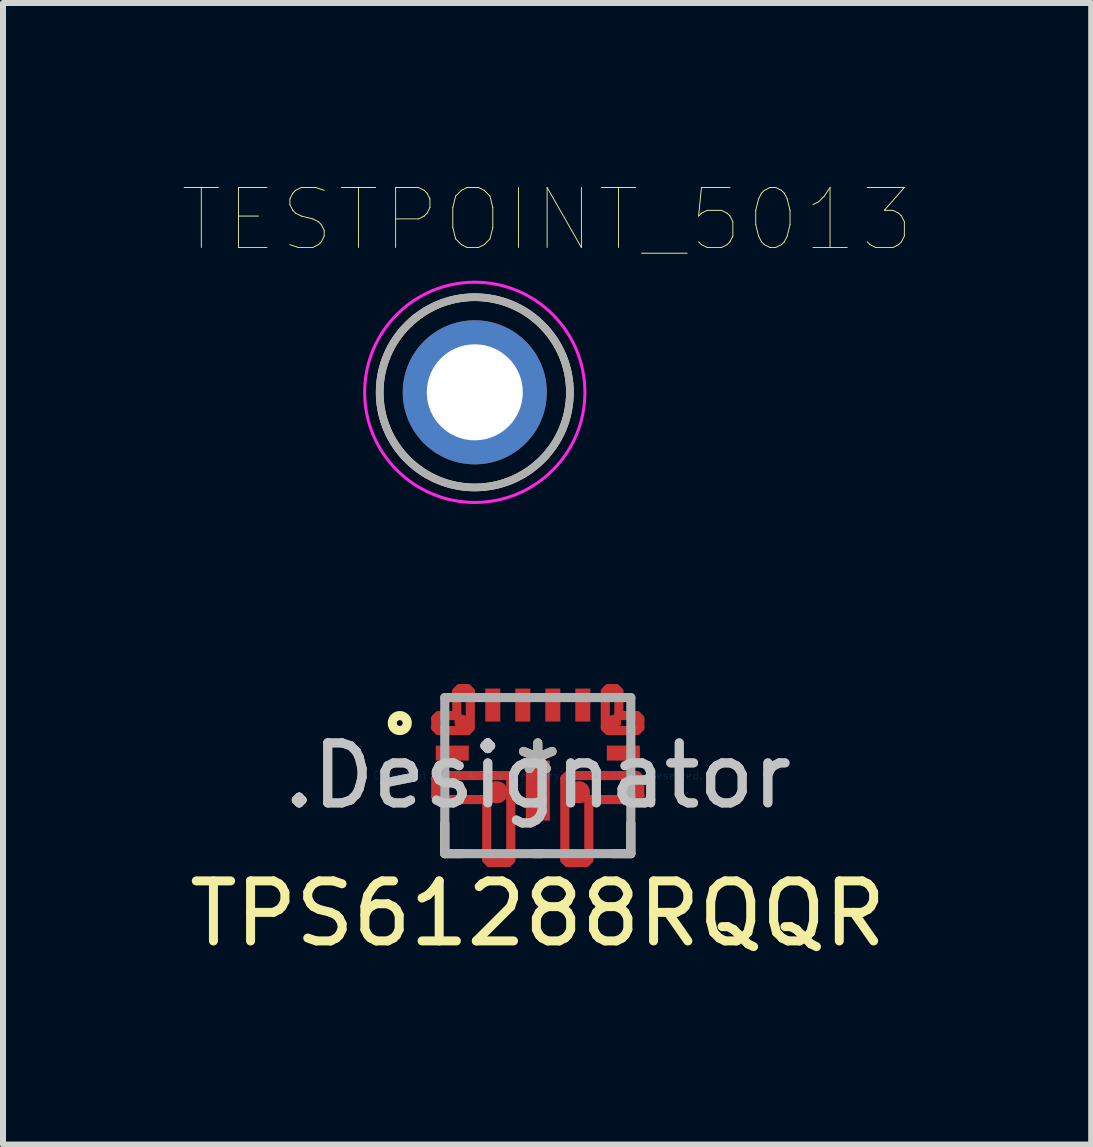
<source format=kicad_pcb>
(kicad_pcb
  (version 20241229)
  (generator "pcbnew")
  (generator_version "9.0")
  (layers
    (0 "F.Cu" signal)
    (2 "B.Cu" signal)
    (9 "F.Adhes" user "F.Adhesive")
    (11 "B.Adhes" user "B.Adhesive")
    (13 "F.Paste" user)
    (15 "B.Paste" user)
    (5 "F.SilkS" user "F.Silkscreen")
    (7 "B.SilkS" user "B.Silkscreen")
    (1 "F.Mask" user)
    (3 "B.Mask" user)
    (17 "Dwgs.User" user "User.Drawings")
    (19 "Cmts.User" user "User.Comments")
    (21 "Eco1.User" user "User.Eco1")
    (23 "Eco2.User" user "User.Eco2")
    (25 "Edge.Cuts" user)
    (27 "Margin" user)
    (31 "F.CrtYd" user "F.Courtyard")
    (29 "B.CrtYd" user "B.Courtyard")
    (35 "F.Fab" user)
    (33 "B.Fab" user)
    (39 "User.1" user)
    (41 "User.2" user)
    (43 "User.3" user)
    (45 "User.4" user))
  (footprint "TPS61288RQQR"
    (layer "F.Cu")
    (at 5.911 9.873)
    (property "Reference" "TPS61288RQQR" (at 0 2.3 0) (layer "F.SilkS") (effects (font (size 1 1) (thickness 0.15))))
    (attr through_hole)
    (fp_line (start -1.7 -0.95) (end -1.7 -0.8) (stroke (width 0.152) (type solid)) (layer "F.Cu"))
    (fp_line (start -1.7 -0.8) (end -1.65 -0.75) (stroke (width 0.152) (type solid)) (layer "F.Cu"))
    (fp_line (start -1.7 0.05) (end -1.7 0.35) (stroke (width 0.152) (type solid)) (layer "F.Cu"))
    (fp_line (start -1.7 0.35) (end -1.65 0.4) (stroke (width 0.152) (type solid)) (layer "F.Cu"))
    (fp_line (start -1.65 -1) (end -1.7 -0.95) (stroke (width 0.152) (type solid)) (layer "F.Cu"))
    (fp_line (start -1.65 -0.75) (end -1.175 -0.75) (stroke (width 0.152) (type solid)) (layer "F.Cu"))
    (fp_line (start -1.65 0) (end -1.7 0.05) (stroke (width 0.152) (type solid)) (layer "F.Cu"))
    (fp_line (start -1.65 0.4) (end -0.85 0.4) (stroke (width 0.152) (type solid)) (layer "F.Cu"))
    (fp_line (start -1.35 -1.4) (end -1.35 -1) (stroke (width 0.152) (type solid)) (layer "F.Cu"))
    (fp_line (start -1.35 -1) (end -1.65 -1) (stroke (width 0.152) (type solid)) (layer "F.Cu"))
    (fp_line (start -1.3 -1.45) (end -1.35 -1.4) (stroke (width 0.152) (type solid)) (layer "F.Cu"))
    (fp_line (start -1.175 -0.75) (end -1.125 -0.8) (stroke (width 0.152) (type solid)) (layer "F.Cu"))
    (fp_line (start -1.175 -1.45) (end -1.3 -1.45) (stroke (width 0.152) (type solid)) (layer "F.Cu"))
    (fp_line (start -1.125 -1.4) (end -1.175 -1.45) (stroke (width 0.152) (type solid)) (layer "F.Cu"))
    (fp_line (start -1.125 -0.8) (end -1.125 -1.4) (stroke (width 0.152) (type solid)) (layer "F.Cu"))
    (fp_line (start -0.85 0.4) (end -0.85 1.4) (stroke (width 0.152) (type solid)) (layer "F.Cu"))
    (fp_line (start -0.85 1.4) (end -0.8 1.45) (stroke (width 0.152) (type solid)) (layer "F.Cu"))
    (fp_line (start -0.8 1.45) (end -0.5 1.45) (stroke (width 0.152) (type solid)) (layer "F.Cu"))
    (fp_line (start -0.5 1.45) (end -0.45 1.4) (stroke (width 0.152) (type solid)) (layer "F.Cu"))
    (fp_line (start -0.5 0) (end -1.65 0) (stroke (width 0.152) (type solid)) (layer "F.Cu"))
    (fp_line (start -0.45 0.05) (end -0.5 0) (stroke (width 0.152) (type solid)) (layer "F.Cu"))
    (fp_line (start -0.45 1.4) (end -0.45 0.05) (stroke (width 0.152) (type solid)) (layer "F.Cu"))
    (fp_line (start 0.45 0.05) (end 0.5 0) (stroke (width 0.152) (type solid)) (layer "F.Cu"))
    (fp_line (start 0.45 1.4) (end 0.45 0.05) (stroke (width 0.152) (type solid)) (layer "F.Cu"))
    (fp_line (start 0.5 0) (end 1.65 0) (stroke (width 0.152) (type solid)) (layer "F.Cu"))
    (fp_line (start 0.5 1.45) (end 0.45 1.4) (stroke (width 0.152) (type solid)) (layer "F.Cu"))
    (fp_line (start 0.8 1.45) (end 0.5 1.45) (stroke (width 0.152) (type solid)) (layer "F.Cu"))
    (fp_line (start 0.85 0.4) (end 0.85 1.4) (stroke (width 0.152) (type solid)) (layer "F.Cu"))
    (fp_line (start 0.85 1.4) (end 0.8 1.45) (stroke (width 0.152) (type solid)) (layer "F.Cu"))
    (fp_line (start 1.125 -0.8) (end 1.125 -1.4) (stroke (width 0.152) (type solid)) (layer "F.Cu"))
    (fp_line (start 1.125 -1.4) (end 1.175 -1.45) (stroke (width 0.152) (type solid)) (layer "F.Cu"))
    (fp_line (start 1.175 -1.45) (end 1.3 -1.45) (stroke (width 0.152) (type solid)) (layer "F.Cu"))
    (fp_line (start 1.175 -0.75) (end 1.125 -0.8) (stroke (width 0.152) (type solid)) (layer "F.Cu"))
    (fp_line (start 1.3 -1.45) (end 1.35 -1.4) (stroke (width 0.152) (type solid)) (layer "F.Cu"))
    (fp_line (start 1.35 -1.4) (end 1.35 -1) (stroke (width 0.152) (type solid)) (layer "F.Cu"))
    (fp_line (start 1.35 -1) (end 1.65 -1) (stroke (width 0.152) (type solid)) (layer "F.Cu"))
    (fp_line (start 1.65 -1) (end 1.7 -0.95) (stroke (width 0.152) (type solid)) (layer "F.Cu"))
    (fp_line (start 1.65 -0.75) (end 1.175 -0.75) (stroke (width 0.152) (type solid)) (layer "F.Cu"))
    (fp_line (start 1.65 0) (end 1.7 0.05) (stroke (width 0.152) (type solid)) (layer "F.Cu"))
    (fp_line (start 1.65 0.4) (end 0.85 0.4) (stroke (width 0.152) (type solid)) (layer "F.Cu"))
    (fp_line (start 1.7 -0.95) (end 1.7 -0.8) (stroke (width 0.152) (type solid)) (layer "F.Cu"))
    (fp_line (start 1.7 -0.8) (end 1.65 -0.75) (stroke (width 0.152) (type solid)) (layer "F.Cu"))
    (fp_line (start 1.7 0.05) (end 1.7 0.35) (stroke (width 0.152) (type solid)) (layer "F.Cu"))
    (fp_line (start 1.7 0.35) (end 1.65 0.4) (stroke (width 0.152) (type solid)) (layer "F.Cu"))
    (fp_line (start -1.7 -0.95) (end -1.65 -1) (stroke (width 0.152) (type solid)) (layer "F.Mask"))
    (fp_line (start -1.7 -0.8) (end -1.7 -0.95) (stroke (width 0.152) (type solid)) (layer "F.Mask"))
    (fp_line (start -1.7 0.05) (end -1.65 0) (stroke (width 0.152) (type solid)) (layer "F.Mask"))
    (fp_line (start -1.7 0.35) (end -1.7 0.05) (stroke (width 0.152) (type solid)) (layer "F.Mask"))
    (fp_line (start -1.65 -1) (end -1.35 -1) (stroke (width 0.152) (type solid)) (layer "F.Mask"))
    (fp_line (start -1.65 -0.75) (end -1.7 -0.8) (stroke (width 0.152) (type solid)) (layer "F.Mask"))
    (fp_line (start -1.65 0) (end -0.5 0) (stroke (width 0.152) (type solid)) (layer "F.Mask"))
    (fp_line (start -1.65 0.4) (end -1.7 0.35) (stroke (width 0.152) (type solid)) (layer "F.Mask"))
    (fp_line (start -1.35 -1.4) (end -1.3 -1.45) (stroke (width 0.152) (type solid)) (layer "F.Mask"))
    (fp_line (start -1.35 -1) (end -1.35 -1.4) (stroke (width 0.152) (type solid)) (layer "F.Mask"))
    (fp_line (start -1.3 -1.45) (end -1.175 -1.45) (stroke (width 0.152) (type solid)) (layer "F.Mask"))
    (fp_line (start -1.175 -0.75) (end -1.65 -0.75) (stroke (width 0.152) (type solid)) (layer "F.Mask"))
    (fp_line (start -1.175 -1.45) (end -1.125 -1.4) (stroke (width 0.152) (type solid)) (layer "F.Mask"))
    (fp_line (start -1.125 -1.4) (end -1.125 -0.8) (stroke (width 0.152) (type solid)) (layer "F.Mask"))
    (fp_line (start -1.125 -0.8) (end -1.175 -0.75) (stroke (width 0.152) (type solid)) (layer "F.Mask"))
    (fp_line (start -0.85 0.4) (end -1.65 0.4) (stroke (width 0.152) (type solid)) (layer "F.Mask"))
    (fp_line (start -0.85 1.4) (end -0.85 0.4) (stroke (width 0.152) (type solid)) (layer "F.Mask"))
    (fp_line (start -0.8 1.45) (end -0.85 1.4) (stroke (width 0.152) (type solid)) (layer "F.Mask"))
    (fp_line (start -0.5 1.45) (end -0.8 1.45) (stroke (width 0.152) (type solid)) (layer "F.Mask"))
    (fp_line (start -0.5 0) (end -0.45 0.05) (stroke (width 0.152) (type solid)) (layer "F.Mask"))
    (fp_line (start -0.45 0.05) (end -0.45 1.4) (stroke (width 0.152) (type solid)) (layer "F.Mask"))
    (fp_line (start -0.45 1.4) (end -0.5 1.45) (stroke (width 0.152) (type solid)) (layer "F.Mask"))
    (fp_line (start 0.45 0.05) (end 0.5 0) (stroke (width 0.152) (type solid)) (layer "F.Mask"))
    (fp_line (start 0.45 1.4) (end 0.45 0.05) (stroke (width 0.152) (type solid)) (layer "F.Mask"))
    (fp_line (start 0.5 0) (end 1.65 0) (stroke (width 0.152) (type solid)) (layer "F.Mask"))
    (fp_line (start 0.5 1.45) (end 0.45 1.4) (stroke (width 0.152) (type solid)) (layer "F.Mask"))
    (fp_line (start 0.8 1.45) (end 0.5 1.45) (stroke (width 0.152) (type solid)) (layer "F.Mask"))
    (fp_line (start 0.85 0.4) (end 0.85 1.4) (stroke (width 0.152) (type solid)) (layer "F.Mask"))
    (fp_line (start 0.85 1.4) (end 0.8 1.45) (stroke (width 0.152) (type solid)) (layer "F.Mask"))
    (fp_line (start 1.125 -0.8) (end 1.125 -1.4) (stroke (width 0.152) (type solid)) (layer "F.Mask"))
    (fp_line (start 1.125 -1.4) (end 1.175 -1.45) (stroke (width 0.152) (type solid)) (layer "F.Mask"))
    (fp_line (start 1.175 -1.45) (end 1.3 -1.45) (stroke (width 0.152) (type solid)) (layer "F.Mask"))
    (fp_line (start 1.175 -0.75) (end 1.125 -0.8) (stroke (width 0.152) (type solid)) (layer "F.Mask"))
    (fp_line (start 1.3 -1.45) (end 1.35 -1.4) (stroke (width 0.152) (type solid)) (layer "F.Mask"))
    (fp_line (start 1.35 -1.4) (end 1.35 -1) (stroke (width 0.152) (type solid)) (layer "F.Mask"))
    (fp_line (start 1.35 -1) (end 1.65 -1) (stroke (width 0.152) (type solid)) (layer "F.Mask"))
    (fp_line (start 1.65 -1) (end 1.7 -0.95) (stroke (width 0.152) (type solid)) (layer "F.Mask"))
    (fp_line (start 1.65 -0.75) (end 1.175 -0.75) (stroke (width 0.152) (type solid)) (layer "F.Mask"))
    (fp_line (start 1.65 0) (end 1.7 0.05) (stroke (width 0.152) (type solid)) (layer "F.Mask"))
    (fp_line (start 1.65 0.4) (end 0.85 0.4) (stroke (width 0.152) (type solid)) (layer "F.Mask"))
    (fp_line (start 1.7 -0.95) (end 1.7 -0.8) (stroke (width 0.152) (type solid)) (layer "F.Mask"))
    (fp_line (start 1.7 -0.8) (end 1.65 -0.75) (stroke (width 0.152) (type solid)) (layer "F.Mask"))
    (fp_line (start 1.7 0.05) (end 1.7 0.35) (stroke (width 0.152) (type solid)) (layer "F.Mask"))
    (fp_line (start 1.7 0.35) (end 1.65 0.4) (stroke (width 0.152) (type solid)) (layer "F.Mask"))
    (fp_line (start -1.55 1.3) (end -1.55 0.8) (stroke (width 0.152) (type solid)) (layer "F.SilkS"))
    (fp_line (start -1.55 1.3) (end -1.25 1.3) (stroke (width 0.152) (type solid)) (layer "F.SilkS"))
    (fp_line (start -0.075 1.3) (end 0.075 1.3) (stroke (width 0.152) (type solid)) (layer "F.SilkS"))
    (fp_line (start 1.25 1.3) (end 1.55 1.3) (stroke (width 0.152) (type solid)) (layer "F.SilkS"))
    (fp_line (start 1.55 1.3) (end 1.55 0.8) (stroke (width 0.152) (type solid)) (layer "F.SilkS"))
    (fp_circle (center -2.3 -0.875) (end -2.175 -0.875) (stroke (width 0.152) (type solid)) (fill no) (layer "F.SilkS"))
    (fp_line (start -1.7 0.3) (end -1.65 0.35) (stroke (width 0.152) (type solid)) (layer "F.Paste"))
    (fp_line (start -1.7 -0.95) (end -1.65 -1) (stroke (width 0.152) (type solid)) (layer "F.Paste"))
    (fp_line (start -1.7 -0.8) (end -1.7 -0.95) (stroke (width 0.152) (type solid)) (layer "F.Paste"))
    (fp_line (start -1.7 0.05) (end -1.7 0.3) (stroke (width 0.152) (type solid)) (layer "F.Paste"))
    (fp_line (start -1.65 -1) (end -1.35 -1) (stroke (width 0.152) (type solid)) (layer "F.Paste"))
    (fp_line (start -1.65 -0.75) (end -1.7 -0.8) (stroke (width 0.152) (type solid)) (layer "F.Paste"))
    (fp_line (start -1.65 0) (end -1.7 0.05) (stroke (width 0.152) (type solid)) (layer "F.Paste"))
    (fp_line (start -1.65 0.35) (end -0.8 0.35) (stroke (width 0.152) (type solid)) (layer "F.Paste"))
    (fp_line (start -1.35 -1.4) (end -1.3 -1.45) (stroke (width 0.152) (type solid)) (layer "F.Paste"))
    (fp_line (start -1.35 -1) (end -1.35 -1.4) (stroke (width 0.152) (type solid)) (layer "F.Paste"))
    (fp_line (start -1.3 -1.45) (end -1.175 -1.45) (stroke (width 0.152) (type solid)) (layer "F.Paste"))
    (fp_line (start -1.175 -0.75) (end -1.65 -0.75) (stroke (width 0.152) (type solid)) (layer "F.Paste"))
    (fp_line (start -1.175 -1.45) (end -1.125 -1.4) (stroke (width 0.152) (type solid)) (layer "F.Paste"))
    (fp_line (start -1.125 -1.4) (end -1.125 -0.8) (stroke (width 0.152) (type solid)) (layer "F.Paste"))
    (fp_line (start -1.125 -0.8) (end -1.175 -0.75) (stroke (width 0.152) (type solid)) (layer "F.Paste"))
    (fp_line (start -0.8 0.35) (end -0.8 1.4) (stroke (width 0.152) (type solid)) (layer "F.Paste"))
    (fp_line (start -0.8 1.4) (end -0.75 1.45) (stroke (width 0.152) (type solid)) (layer "F.Paste"))
    (fp_line (start -0.75 1.45) (end -0.5 1.45) (stroke (width 0.152) (type solid)) (layer "F.Paste"))
    (fp_line (start -0.5 1.45) (end -0.45 1.4) (stroke (width 0.152) (type solid)) (layer "F.Paste"))
    (fp_line (start -0.5 0) (end -1.65 0) (stroke (width 0.152) (type solid)) (layer "F.Paste"))
    (fp_line (start -0.45 0.05) (end -0.5 0) (stroke (width 0.152) (type solid)) (layer "F.Paste"))
    (fp_line (start -0.45 1.4) (end -0.45 0.05) (stroke (width 0.152) (type solid)) (layer "F.Paste"))
    (fp_line (start 0.45 0.05) (end 0.5 0) (stroke (width 0.152) (type solid)) (layer "F.Paste"))
    (fp_line (start 0.45 1.4) (end 0.45 0.05) (stroke (width 0.152) (type solid)) (layer "F.Paste"))
    (fp_line (start 0.5 0) (end 1.65 0) (stroke (width 0.152) (type solid)) (layer "F.Paste"))
    (fp_line (start 0.5 1.45) (end 0.45 1.4) (stroke (width 0.152) (type solid)) (layer "F.Paste"))
    (fp_line (start 0.75 1.45) (end 0.5 1.45) (stroke (width 0.152) (type solid)) (layer "F.Paste"))
    (fp_line (start 0.8 0.35) (end 0.8 1.4) (stroke (width 0.152) (type solid)) (layer "F.Paste"))
    (fp_line (start 0.8 1.4) (end 0.75 1.45) (stroke (width 0.152) (type solid)) (layer "F.Paste"))
    (fp_line (start 1.125 -0.8) (end 1.125 -1.4) (stroke (width 0.152) (type solid)) (layer "F.Paste"))
    (fp_line (start 1.125 -1.4) (end 1.175 -1.45) (stroke (width 0.152) (type solid)) (layer "F.Paste"))
    (fp_line (start 1.175 -1.45) (end 1.3 -1.45) (stroke (width 0.152) (type solid)) (layer "F.Paste"))
    (fp_line (start 1.175 -0.75) (end 1.125 -0.8) (stroke (width 0.152) (type solid)) (layer "F.Paste"))
    (fp_line (start 1.3 -1.45) (end 1.35 -1.4) (stroke (width 0.152) (type solid)) (layer "F.Paste"))
    (fp_line (start 1.35 -1.4) (end 1.35 -1) (stroke (width 0.152) (type solid)) (layer "F.Paste"))
    (fp_line (start 1.35 -1) (end 1.65 -1) (stroke (width 0.152) (type solid)) (layer "F.Paste"))
    (fp_line (start 1.65 -1) (end 1.7 -0.95) (stroke (width 0.152) (type solid)) (layer "F.Paste"))
    (fp_line (start 1.65 -0.75) (end 1.175 -0.75) (stroke (width 0.152) (type solid)) (layer "F.Paste"))
    (fp_line (start 1.65 0) (end 1.7 0.05) (stroke (width 0.152) (type solid)) (layer "F.Paste"))
    (fp_line (start 1.65 0.35) (end 0.8 0.35) (stroke (width 0.152) (type solid)) (layer "F.Paste"))
    (fp_line (start 1.7 -0.95) (end 1.7 -0.8) (stroke (width 0.152) (type solid)) (layer "F.Paste"))
    (fp_line (start 1.7 -0.8) (end 1.65 -0.75) (stroke (width 0.152) (type solid)) (layer "F.Paste"))
    (fp_line (start 1.7 0.05) (end 1.7 0.3) (stroke (width 0.152) (type solid)) (layer "F.Paste"))
    (fp_line (start 1.7 0.3) (end 1.65 0.35) (stroke (width 0.152) (type solid)) (layer "F.Paste"))
    (fp_line (start -1.55 -1.3) (end 1.55 -1.3) (stroke (width 0.152) (type solid)) (layer "F.Fab"))
    (fp_line (start -1.55 1.3) (end -1.55 -1.3) (stroke (width 0.152) (type solid)) (layer "F.Fab"))
    (fp_line (start -1.55 1.3) (end 1.55 1.3) (stroke (width 0.152) (type solid)) (layer "F.Fab"))
    (fp_line (start 1.55 1.3) (end 1.55 -1.3) (stroke (width 0.152) (type solid)) (layer "F.Fab"))
    (fp_text user "*" (at 0 0 0) (layer "F.SilkS") (effects (font (size 1 1) (thickness 0.15))))
    (fp_text user ".Designator" (at 0 0 0) (layer "Dwgs.User") (effects (font (size 1 1) (thickness 0.15))))
    (fp_text user "Copyright 2016 Accelerated Designs. All rights reserved." (at 0 0 0) (layer "Cmts.User") (effects (font (size 0.127 0.127) (thickness 0.002))))
    (fp_text user ".Designator" (at 0 0 0) (layer "F.Fab") (effects (font (size 1 1) (thickness 0.15))))
    (fp_text user "*" (at 0 0 0) (layer "F.Fab") (effects (font (size 1 1) (thickness 0.15))))
    (pad "1" smd circle (at -1.269 -0.894) (size 0.241 0.241) (layers "F.Cu" "F.Mask" "F.Paste"))
    (pad "2" smd rect (at -1.425 -0.375 90) (size 0.25 0.55) (layers "F.Cu" "F.Mask" "F.Paste"))
    (pad "3" smd circle (at -0.684 0.278) (size 0.37 0.37) (layers "F.Cu" "F.Mask" "F.Paste"))
    (pad "4" smd rect (at 0 0.25) (size 0.4 1) (layers "F.Cu" "F.Mask" "F.Paste"))
    (pad "5" smd circle (at 0.684 0.278) (size 0.37 0.37) (layers "F.Cu" "F.Mask" "F.Paste"))
    (pad "6" smd rect (at 1.425 -0.375 90) (size 0.25 0.55) (layers "F.Cu" "F.Mask" "F.Paste"))
    (pad "7" smd circle (at 1.269 -0.894) (size 0.241 0.241) (layers "F.Cu" "F.Mask" "F.Paste"))
    (pad "8" smd rect (at 0.75 -1.175) (size 0.25 0.55) (layers "F.Cu" "F.Mask" "F.Paste"))
    (pad "9" smd rect (at 0.25 -1.175) (size 0.25 0.55) (layers "F.Cu" "F.Mask" "F.Paste"))
    (pad "10" smd rect (at -0.25 -1.175) (size 0.25 0.55) (layers "F.Cu" "F.Mask" "F.Paste"))
    (pad "11" smd rect (at -0.75 -1.175) (size 0.25 0.55) (layers "F.Cu" "F.Mask" "F.Paste")))
  (footprint "TESTPOINT_5013"
    (layer "F.Cu")
    (at 4.861 3.487)
    (property "Reference" "TESTPOINT_5013" (at 1.205 -2.875 0) (layer "F.SilkS") (effects (font (size 1 1) (thickness 0.015))))
    (attr through_hole)
    (fp_circle (center 0 0) (end 1.585 0) (stroke (width 0.127) (type solid)) (fill no) (layer "F.SilkS"))
    (fp_circle (center 0 0) (end 1.835 0) (stroke (width 0.05) (type solid)) (fill no) (layer "F.CrtYd"))
    (fp_circle (center 0 0) (end 1.585 0) (stroke (width 0.127) (type solid)) (fill no) (layer "F.Fab"))
    (pad "1" thru_hole circle (at 0 0) (size 2.4 2.4) (drill 1.6) (layers "*.Cu" "*.Mask")))
  (gr_rect
    (start -3 -3)
    (end 15.132 16.021)
    (stroke (width 0.1) (type default))
    (fill no)
    (layer "Edge.Cuts")))
</source>
